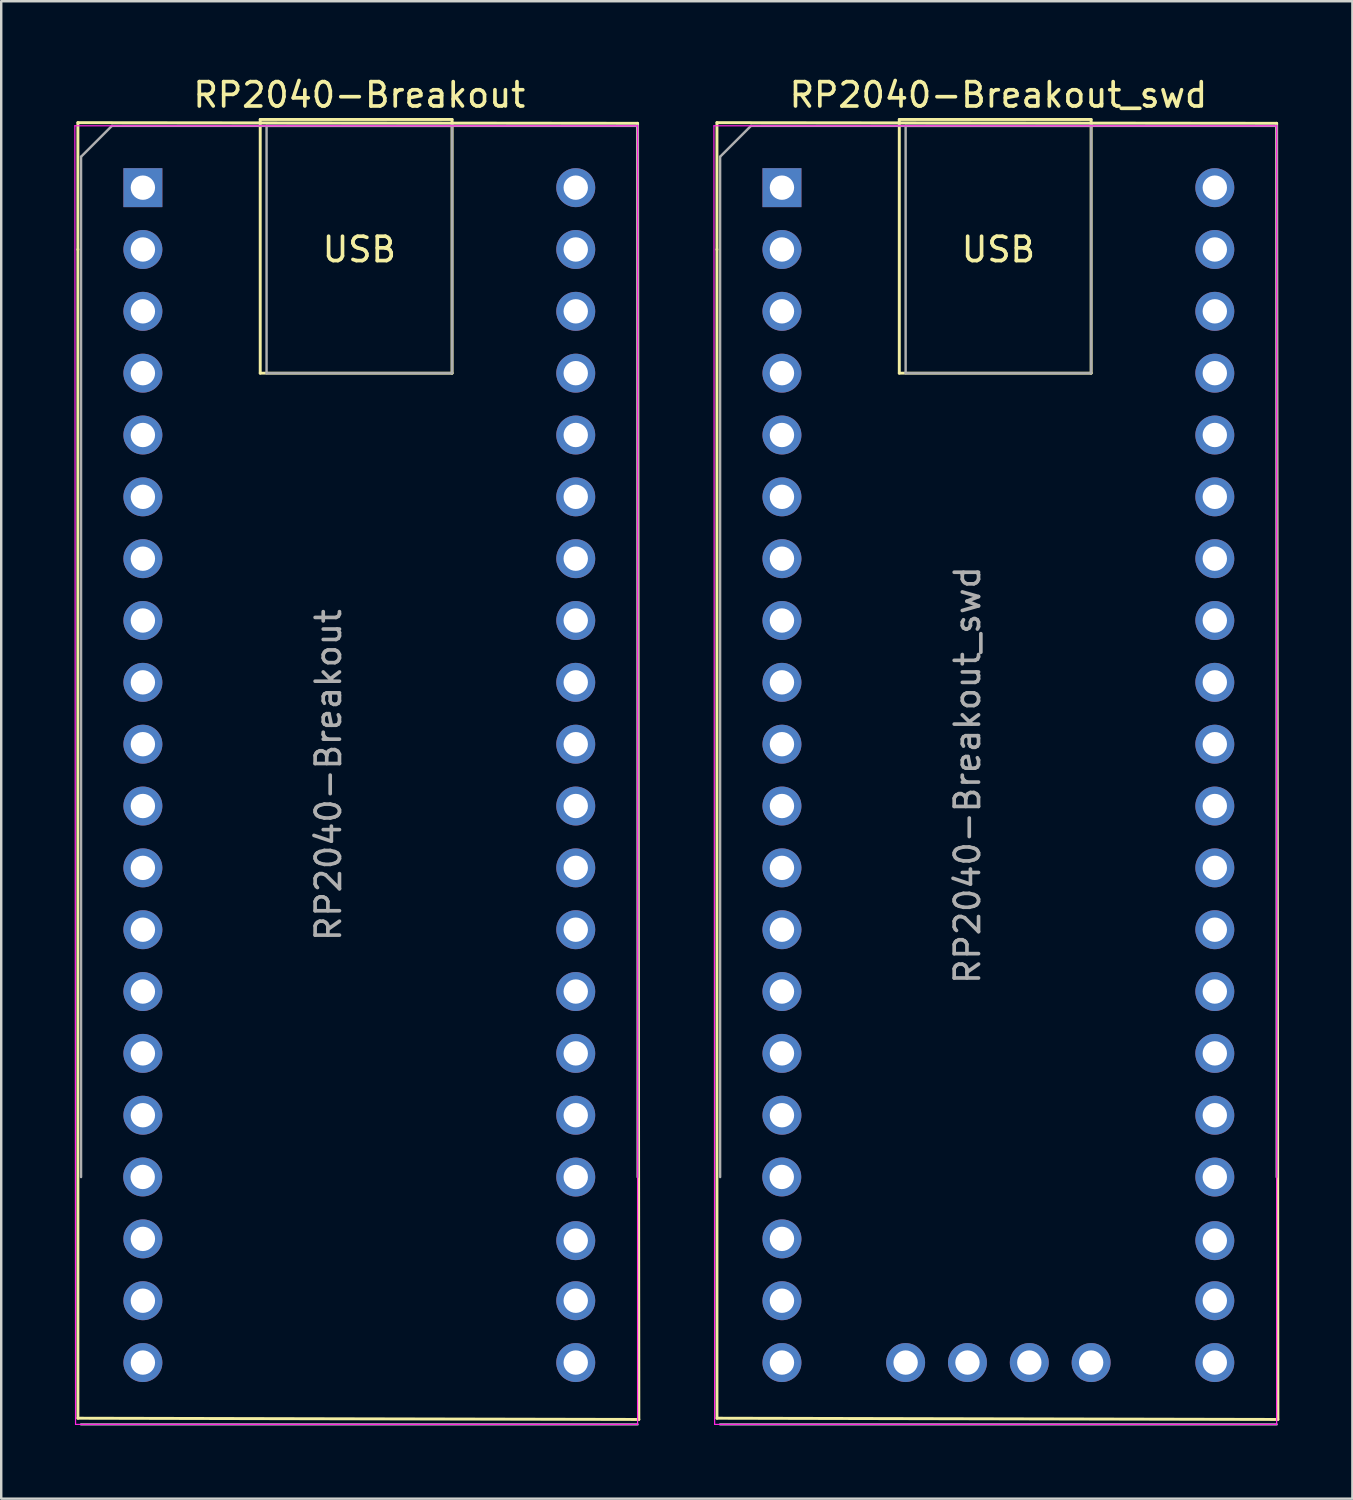
<source format=kicad_pcb>
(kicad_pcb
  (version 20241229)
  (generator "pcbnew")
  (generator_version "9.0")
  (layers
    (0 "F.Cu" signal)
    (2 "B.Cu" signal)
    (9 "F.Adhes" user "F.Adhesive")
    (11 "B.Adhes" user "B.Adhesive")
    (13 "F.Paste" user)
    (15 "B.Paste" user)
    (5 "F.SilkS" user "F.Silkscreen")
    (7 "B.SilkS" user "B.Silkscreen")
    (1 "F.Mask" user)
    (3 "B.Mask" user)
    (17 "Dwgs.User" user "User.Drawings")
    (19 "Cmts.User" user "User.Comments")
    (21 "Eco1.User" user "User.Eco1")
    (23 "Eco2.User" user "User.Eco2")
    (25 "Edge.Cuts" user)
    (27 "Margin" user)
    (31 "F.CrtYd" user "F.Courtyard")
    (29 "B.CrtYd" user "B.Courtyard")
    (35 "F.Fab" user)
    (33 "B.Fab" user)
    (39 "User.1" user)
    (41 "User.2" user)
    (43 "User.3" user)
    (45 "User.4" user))
  (footprint "RP2040-Breakout_swd"
    (layer "F.Cu")
    (at 37.959 28.788)
    (property "Reference" "RP2040-Breakout_swd" (at 0 -27.94 0) (layer "F.SilkS") (effects (font (size 1 1) (thickness 0.15))))
    (attr through_hole)
    (fp_line (start -11.56 -26.8) (end -11.56 -21.59) (stroke (width 0.12) (type solid)) (layer "F.SilkS"))
    (fp_line (start -11.56 -21.59) (end -11.56 26.416) (stroke (width 0.12) (type solid)) (layer "F.SilkS"))
    (fp_line (start -4.07 -26.93) (end 3.81 -26.93) (stroke (width 0.12) (type solid)) (layer "F.SilkS"))
    (fp_line (start -4.07 -16.51) (end -4.07 -26.93) (stroke (width 0.12) (type solid)) (layer "F.SilkS"))
    (fp_line (start 3.81 -26.93) (end 3.81 -16.51) (stroke (width 0.12) (type solid)) (layer "F.SilkS"))
    (fp_line (start 3.81 -16.51) (end -4.07 -16.51) (stroke (width 0.12) (type solid)) (layer "F.SilkS"))
    (fp_line (start 11.43 -26.772) (end -11.56 -26.8) (stroke (width 0.12) (type solid)) (layer "F.SilkS"))
    (fp_line (start 11.481 26.467) (end -11.56 26.416) (stroke (width 0.12) (type solid)) (layer "F.SilkS"))
    (fp_line (start 11.481 26.467) (end 11.43 -26.772) (stroke (width 0.12) (type solid)) (layer "F.SilkS"))
    (fp_line (start -11.684 -26.67) (end -11.655 26.67) (stroke (width 0.05) (type solid)) (layer "F.CrtYd"))
    (fp_line (start -11.684 -26.67) (end 11.43 -26.67) (stroke (width 0.05) (type solid)) (layer "F.CrtYd"))
    (fp_line (start 11.43 26.67) (end -11.655 26.67) (stroke (width 0.05) (type solid)) (layer "F.CrtYd"))
    (fp_line (start 11.43 26.67) (end 11.43 -26.67) (stroke (width 0.05) (type solid)) (layer "F.CrtYd"))
    (fp_line (start -11.43 -25.4) (end -10.16 -26.67) (stroke (width 0.1) (type solid)) (layer "F.Fab"))
    (fp_line (start -11.43 16.51) (end -11.43 -25.4) (stroke (width 0.1) (type solid)) (layer "F.Fab"))
    (fp_line (start -10.16 -26.67) (end 11.43 -26.67) (stroke (width 0.1) (type solid)) (layer "F.Fab"))
    (fp_line (start -3.81 -26.67) (end 3.81 -26.67) (stroke (width 0.1) (type solid)) (layer "F.Fab"))
    (fp_line (start -3.81 -16.51) (end -3.81 -26.67) (stroke (width 0.1) (type solid)) (layer "F.Fab"))
    (fp_line (start 3.81 -26.67) (end 3.81 -16.51) (stroke (width 0.1) (type solid)) (layer "F.Fab"))
    (fp_line (start 3.81 -16.51) (end -3.81 -16.51) (stroke (width 0.1) (type solid)) (layer "F.Fab"))
    (fp_line (start 11.43 -26.67) (end 11.43 16.51) (stroke (width 0.1) (type solid)) (layer "F.Fab"))
    (fp_line (start 11.43 26.67) (end -11.43 26.67) (stroke (width 0.1) (type solid)) (layer "F.Fab"))
    (fp_text user "USB" (at 0 -21.59 0) (unlocked yes) (layer "F.SilkS") (effects (font (size 1 1) (thickness 0.15))))
    (fp_text user "${REFERENCE}" (at -1.27 0 90) (layer "F.Fab") (effects (font (size 1 1) (thickness 0.15))))
    (pad "1" thru_hole rect (at -8.89 -24.13) (size 1.6 1.6) (drill 1) (layers "*.Cu" "*.Mask"))
    (pad "2" thru_hole oval (at -8.89 -21.59) (size 1.6 1.6) (drill 1) (layers "*.Cu" "*.Mask"))
    (pad "3" thru_hole oval (at -8.89 -19.05) (size 1.6 1.6) (drill 1) (layers "*.Cu" "*.Mask"))
    (pad "4" thru_hole oval (at -8.89 -16.51) (size 1.6 1.6) (drill 1) (layers "*.Cu" "*.Mask"))
    (pad "5" thru_hole oval (at -8.89 -13.97) (size 1.6 1.6) (drill 1) (layers "*.Cu" "*.Mask"))
    (pad "6" thru_hole oval (at -8.89 -11.43) (size 1.6 1.6) (drill 1) (layers "*.Cu" "*.Mask"))
    (pad "7" thru_hole oval (at -8.89 -8.89) (size 1.6 1.6) (drill 1) (layers "*.Cu" "*.Mask"))
    (pad "8" thru_hole oval (at -8.89 -6.35) (size 1.6 1.6) (drill 1) (layers "*.Cu" "*.Mask"))
    (pad "9" thru_hole oval (at -8.89 -3.81) (size 1.6 1.6) (drill 1) (layers "*.Cu" "*.Mask"))
    (pad "10" thru_hole oval (at -8.89 -1.27) (size 1.6 1.6) (drill 1) (layers "*.Cu" "*.Mask"))
    (pad "11" thru_hole oval (at -8.89 1.27) (size 1.6 1.6) (drill 1) (layers "*.Cu" "*.Mask"))
    (pad "12" thru_hole oval (at -8.89 3.81) (size 1.6 1.6) (drill 1) (layers "*.Cu" "*.Mask"))
    (pad "13" thru_hole oval (at -8.89 6.35) (size 1.6 1.6) (drill 1) (layers "*.Cu" "*.Mask"))
    (pad "14" thru_hole oval (at -8.89 8.89) (size 1.6 1.6) (drill 1) (layers "*.Cu" "*.Mask"))
    (pad "15" thru_hole oval (at -8.89 11.43) (size 1.6 1.6) (drill 1) (layers "*.Cu" "*.Mask"))
    (pad "16" thru_hole oval (at -8.89 13.97) (size 1.6 1.6) (drill 1) (layers "*.Cu" "*.Mask"))
    (pad "17" thru_hole oval (at -8.897 16.506) (size 1.6 1.6) (drill 1) (layers "*.Cu" "*.Mask"))
    (pad "18" thru_hole oval (at -8.89 19.05) (size 1.6 1.6) (drill 1) (layers "*.Cu" "*.Mask"))
    (pad "19" thru_hole oval (at -8.89 21.59) (size 1.6 1.6) (drill 1) (layers "*.Cu" "*.Mask"))
    (pad "20" thru_hole oval (at -8.89 24.13) (size 1.6 1.6) (drill 1) (layers "*.Cu" "*.Mask"))
    (pad "21" thru_hole oval (at 8.89 24.13) (size 1.6 1.6) (drill 1) (layers "*.Cu" "*.Mask"))
    (pad "22" thru_hole oval (at 8.89 21.59) (size 1.6 1.6) (drill 1) (layers "*.Cu" "*.Mask"))
    (pad "23" thru_hole oval (at 8.89 19.122) (size 1.6 1.6) (drill 1) (layers "*.Cu" "*.Mask"))
    (pad "24" thru_hole oval (at 8.89 16.51) (size 1.6 1.6) (drill 1) (layers "*.Cu" "*.Mask"))
    (pad "25" thru_hole oval (at 8.89 13.97) (size 1.6 1.6) (drill 1) (layers "*.Cu" "*.Mask"))
    (pad "26" thru_hole oval (at 8.89 11.43) (size 1.6 1.6) (drill 1) (layers "*.Cu" "*.Mask"))
    (pad "27" thru_hole oval (at 8.89 8.89) (size 1.6 1.6) (drill 1) (layers "*.Cu" "*.Mask"))
    (pad "28" thru_hole oval (at 8.89 6.35) (size 1.6 1.6) (drill 1) (layers "*.Cu" "*.Mask"))
    (pad "29" thru_hole oval (at 8.89 3.81) (size 1.6 1.6) (drill 1) (layers "*.Cu" "*.Mask"))
    (pad "30" thru_hole oval (at 8.89 1.27) (size 1.6 1.6) (drill 1) (layers "*.Cu" "*.Mask"))
    (pad "31" thru_hole oval (at 8.89 -1.27) (size 1.6 1.6) (drill 1) (layers "*.Cu" "*.Mask"))
    (pad "32" thru_hole oval (at 8.89 -3.81) (size 1.6 1.6) (drill 1) (layers "*.Cu" "*.Mask"))
    (pad "33" thru_hole oval (at 8.89 -6.35) (size 1.6 1.6) (drill 1) (layers "*.Cu" "*.Mask"))
    (pad "34" thru_hole oval (at 8.89 -8.89) (size 1.6 1.6) (drill 1) (layers "*.Cu" "*.Mask"))
    (pad "35" thru_hole oval (at 8.89 -11.43) (size 1.6 1.6) (drill 1) (layers "*.Cu" "*.Mask"))
    (pad "36" thru_hole oval (at 8.89 -13.97) (size 1.6 1.6) (drill 1) (layers "*.Cu" "*.Mask"))
    (pad "37" thru_hole oval (at 8.89 -16.51) (size 1.6 1.6) (drill 1) (layers "*.Cu" "*.Mask"))
    (pad "38" thru_hole oval (at 8.89 -19.05) (size 1.6 1.6) (drill 1) (layers "*.Cu" "*.Mask"))
    (pad "39" thru_hole oval (at 8.89 -21.59) (size 1.6 1.6) (drill 1) (layers "*.Cu" "*.Mask"))
    (pad "40" thru_hole oval (at 8.89 -24.13) (size 1.6 1.6) (drill 1) (layers "*.Cu" "*.Mask"))
    (pad "41" thru_hole oval (at -3.81 24.13) (size 1.6 1.6) (drill 1) (layers "*.Cu" "*.Mask"))
    (pad "42" thru_hole oval (at -1.27 24.13) (size 1.6 1.6) (drill 1) (layers "*.Cu" "*.Mask"))
    (pad "43" thru_hole oval (at 1.27 24.13) (size 1.6 1.6) (drill 1) (layers "*.Cu" "*.Mask"))
    (pad "44" thru_hole oval (at 3.81 24.13) (size 1.6 1.6) (drill 1) (layers "*.Cu" "*.Mask")))
  (footprint "RP2040-Breakout"
    (layer "F.Cu")
    (at 11.709 28.788)
    (property "Reference" "RP2040-Breakout" (at 0 -27.94 0) (layer "F.SilkS") (effects (font (size 1 1) (thickness 0.15))))
    (attr through_hole)
    (fp_line (start -11.56 -26.8) (end -11.56 -21.59) (stroke (width 0.12) (type solid)) (layer "F.SilkS"))
    (fp_line (start -11.56 -21.59) (end -11.56 26.416) (stroke (width 0.12) (type solid)) (layer "F.SilkS"))
    (fp_line (start -4.07 -26.93) (end 3.81 -26.93) (stroke (width 0.12) (type solid)) (layer "F.SilkS"))
    (fp_line (start -4.07 -16.51) (end -4.07 -26.93) (stroke (width 0.12) (type solid)) (layer "F.SilkS"))
    (fp_line (start 3.81 -26.93) (end 3.81 -16.51) (stroke (width 0.12) (type solid)) (layer "F.SilkS"))
    (fp_line (start 3.81 -16.51) (end -4.07 -16.51) (stroke (width 0.12) (type solid)) (layer "F.SilkS"))
    (fp_line (start 11.43 -26.772) (end -11.56 -26.8) (stroke (width 0.12) (type solid)) (layer "F.SilkS"))
    (fp_line (start 11.481 26.467) (end -11.56 26.416) (stroke (width 0.12) (type solid)) (layer "F.SilkS"))
    (fp_line (start 11.481 26.467) (end 11.43 -26.772) (stroke (width 0.12) (type solid)) (layer "F.SilkS"))
    (fp_line (start -11.684 -26.67) (end -11.655 26.67) (stroke (width 0.05) (type solid)) (layer "F.CrtYd"))
    (fp_line (start -11.684 -26.67) (end 11.43 -26.67) (stroke (width 0.05) (type solid)) (layer "F.CrtYd"))
    (fp_line (start 11.43 26.67) (end -11.655 26.67) (stroke (width 0.05) (type solid)) (layer "F.CrtYd"))
    (fp_line (start 11.43 26.67) (end 11.43 -26.67) (stroke (width 0.05) (type solid)) (layer "F.CrtYd"))
    (fp_line (start -11.43 -25.4) (end -10.16 -26.67) (stroke (width 0.1) (type solid)) (layer "F.Fab"))
    (fp_line (start -11.43 16.51) (end -11.43 -25.4) (stroke (width 0.1) (type solid)) (layer "F.Fab"))
    (fp_line (start -10.16 -26.67) (end 11.43 -26.67) (stroke (width 0.1) (type solid)) (layer "F.Fab"))
    (fp_line (start -3.81 -26.67) (end 3.81 -26.67) (stroke (width 0.1) (type solid)) (layer "F.Fab"))
    (fp_line (start -3.81 -16.51) (end -3.81 -26.67) (stroke (width 0.1) (type solid)) (layer "F.Fab"))
    (fp_line (start 3.81 -26.67) (end 3.81 -16.51) (stroke (width 0.1) (type solid)) (layer "F.Fab"))
    (fp_line (start 3.81 -16.51) (end -3.81 -16.51) (stroke (width 0.1) (type solid)) (layer "F.Fab"))
    (fp_line (start 11.43 -26.67) (end 11.43 16.51) (stroke (width 0.1) (type solid)) (layer "F.Fab"))
    (fp_line (start 11.43 26.67) (end -11.43 26.67) (stroke (width 0.1) (type solid)) (layer "F.Fab"))
    (fp_text user "USB" (at 0 -21.59 0) (unlocked yes) (layer "F.SilkS") (effects (font (size 1 1) (thickness 0.15))))
    (fp_text user "${REFERENCE}" (at -1.27 0 90) (layer "F.Fab") (effects (font (size 1 1) (thickness 0.15))))
    (pad "1" thru_hole rect (at -8.89 -24.13) (size 1.6 1.6) (drill 1) (layers "*.Cu" "*.Mask"))
    (pad "2" thru_hole oval (at -8.89 -21.59) (size 1.6 1.6) (drill 1) (layers "*.Cu" "*.Mask"))
    (pad "3" thru_hole oval (at -8.89 -19.05) (size 1.6 1.6) (drill 1) (layers "*.Cu" "*.Mask"))
    (pad "4" thru_hole oval (at -8.89 -16.51) (size 1.6 1.6) (drill 1) (layers "*.Cu" "*.Mask"))
    (pad "5" thru_hole oval (at -8.89 -13.97) (size 1.6 1.6) (drill 1) (layers "*.Cu" "*.Mask"))
    (pad "6" thru_hole oval (at -8.89 -11.43) (size 1.6 1.6) (drill 1) (layers "*.Cu" "*.Mask"))
    (pad "7" thru_hole oval (at -8.89 -8.89) (size 1.6 1.6) (drill 1) (layers "*.Cu" "*.Mask"))
    (pad "8" thru_hole oval (at -8.89 -6.35) (size 1.6 1.6) (drill 1) (layers "*.Cu" "*.Mask"))
    (pad "9" thru_hole oval (at -8.89 -3.81) (size 1.6 1.6) (drill 1) (layers "*.Cu" "*.Mask"))
    (pad "10" thru_hole oval (at -8.89 -1.27) (size 1.6 1.6) (drill 1) (layers "*.Cu" "*.Mask"))
    (pad "11" thru_hole oval (at -8.89 1.27) (size 1.6 1.6) (drill 1) (layers "*.Cu" "*.Mask"))
    (pad "12" thru_hole oval (at -8.89 3.81) (size 1.6 1.6) (drill 1) (layers "*.Cu" "*.Mask"))
    (pad "13" thru_hole oval (at -8.89 6.35) (size 1.6 1.6) (drill 1) (layers "*.Cu" "*.Mask"))
    (pad "14" thru_hole oval (at -8.89 8.89) (size 1.6 1.6) (drill 1) (layers "*.Cu" "*.Mask"))
    (pad "15" thru_hole oval (at -8.89 11.43) (size 1.6 1.6) (drill 1) (layers "*.Cu" "*.Mask"))
    (pad "16" thru_hole oval (at -8.89 13.97) (size 1.6 1.6) (drill 1) (layers "*.Cu" "*.Mask"))
    (pad "17" thru_hole oval (at -8.897 16.506) (size 1.6 1.6) (drill 1) (layers "*.Cu" "*.Mask"))
    (pad "18" thru_hole oval (at -8.89 19.05) (size 1.6 1.6) (drill 1) (layers "*.Cu" "*.Mask"))
    (pad "19" thru_hole oval (at -8.89 21.59) (size 1.6 1.6) (drill 1) (layers "*.Cu" "*.Mask"))
    (pad "20" thru_hole oval (at -8.89 24.13) (size 1.6 1.6) (drill 1) (layers "*.Cu" "*.Mask"))
    (pad "21" thru_hole oval (at 8.89 24.13) (size 1.6 1.6) (drill 1) (layers "*.Cu" "*.Mask"))
    (pad "22" thru_hole oval (at 8.89 21.59) (size 1.6 1.6) (drill 1) (layers "*.Cu" "*.Mask"))
    (pad "23" thru_hole oval (at 8.89 19.122) (size 1.6 1.6) (drill 1) (layers "*.Cu" "*.Mask"))
    (pad "24" thru_hole oval (at 8.89 16.51) (size 1.6 1.6) (drill 1) (layers "*.Cu" "*.Mask"))
    (pad "25" thru_hole oval (at 8.89 13.97) (size 1.6 1.6) (drill 1) (layers "*.Cu" "*.Mask"))
    (pad "26" thru_hole oval (at 8.89 11.43) (size 1.6 1.6) (drill 1) (layers "*.Cu" "*.Mask"))
    (pad "27" thru_hole oval (at 8.89 8.89) (size 1.6 1.6) (drill 1) (layers "*.Cu" "*.Mask"))
    (pad "28" thru_hole oval (at 8.89 6.35) (size 1.6 1.6) (drill 1) (layers "*.Cu" "*.Mask"))
    (pad "29" thru_hole oval (at 8.89 3.81) (size 1.6 1.6) (drill 1) (layers "*.Cu" "*.Mask"))
    (pad "30" thru_hole oval (at 8.89 1.27) (size 1.6 1.6) (drill 1) (layers "*.Cu" "*.Mask"))
    (pad "31" thru_hole oval (at 8.89 -1.27) (size 1.6 1.6) (drill 1) (layers "*.Cu" "*.Mask"))
    (pad "32" thru_hole oval (at 8.89 -3.81) (size 1.6 1.6) (drill 1) (layers "*.Cu" "*.Mask"))
    (pad "33" thru_hole oval (at 8.89 -6.35) (size 1.6 1.6) (drill 1) (layers "*.Cu" "*.Mask"))
    (pad "34" thru_hole oval (at 8.89 -8.89) (size 1.6 1.6) (drill 1) (layers "*.Cu" "*.Mask"))
    (pad "35" thru_hole oval (at 8.89 -11.43) (size 1.6 1.6) (drill 1) (layers "*.Cu" "*.Mask"))
    (pad "36" thru_hole oval (at 8.89 -13.97) (size 1.6 1.6) (drill 1) (layers "*.Cu" "*.Mask"))
    (pad "37" thru_hole oval (at 8.89 -16.51) (size 1.6 1.6) (drill 1) (layers "*.Cu" "*.Mask"))
    (pad "38" thru_hole oval (at 8.89 -19.05) (size 1.6 1.6) (drill 1) (layers "*.Cu" "*.Mask"))
    (pad "39" thru_hole oval (at 8.89 -21.59) (size 1.6 1.6) (drill 1) (layers "*.Cu" "*.Mask"))
    (pad "40" thru_hole oval (at 8.89 -24.13) (size 1.6 1.6) (drill 1) (layers "*.Cu" "*.Mask")))
  (gr_rect
    (start -3 -3)
    (end 52.5 58.508)
    (stroke (width 0.1) (type default))
    (fill no)
    (layer "Edge.Cuts")))
</source>
